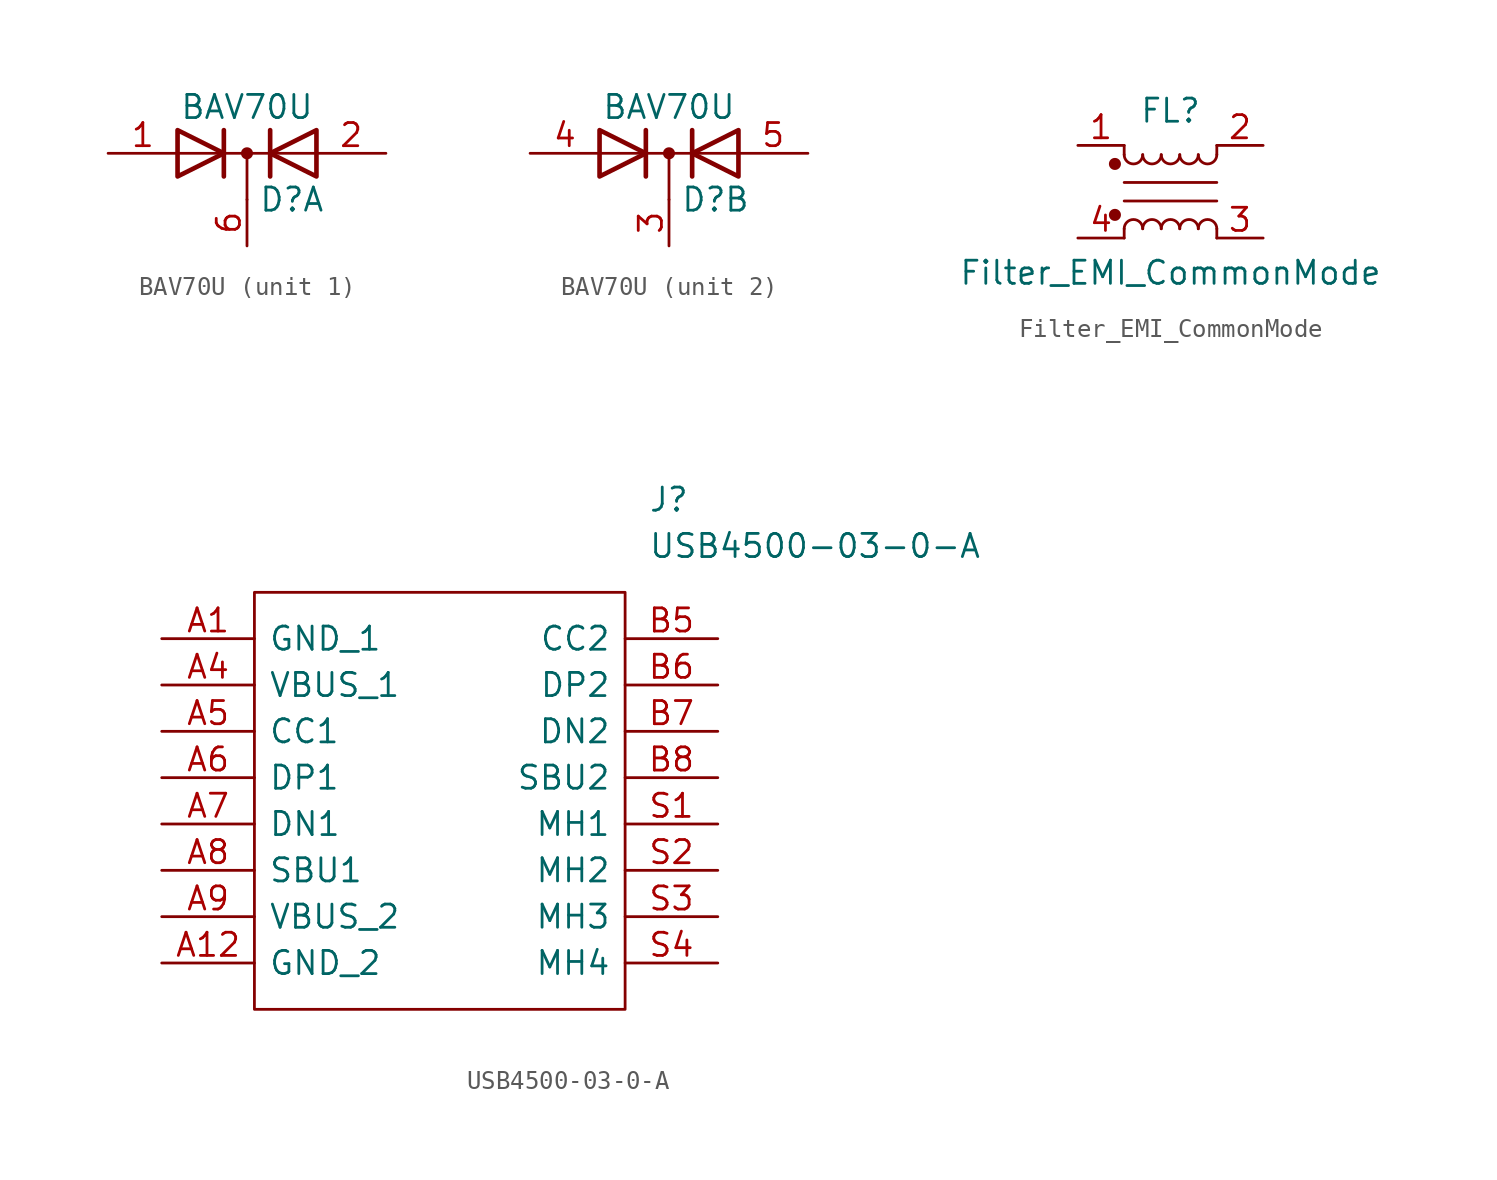
<source format=kicad_sym>
(kicad_symbol_lib
  (version 20231120)
  (generator "kicad_symbol_editor")
  (generator_version "8.0")
  (symbol "BAV70U"
    (pin_names
      (offset 0.762) hide)
    (property "Reference" "D"
      (at 0.635 -2.54 0)
      (effects (font (size 1.27 1.27)) (justify left)))
    (property "Value" "BAV70U"
      (at 0 2.54 0)
      (effects (font (size 1.27 1.27))))
    (symbol "BAV70U_0_1"
      (polyline (pts (xy -3.81 0) (xy 3.81 0)) (stroke (width 0) (type default)) (fill (type none)))
      (polyline (pts (xy 0 0) (xy 0 -2.54)) (stroke (width 0) (type default)) (fill (type none)))
      (polyline (pts (xy -1.27 -1.27) (xy -1.27 1.27) (xy -1.27 1.27)) (stroke (width 0.254) (type default)) (fill (type none)))
      (polyline (pts (xy 1.27 -1.27) (xy 1.27 1.27) (xy 1.27 1.27)) (stroke (width 0.254) (type default)) (fill (type none)))
      (polyline (pts (xy -3.81 1.27) (xy -1.27 0) (xy -3.81 -1.27) (xy -3.81 1.27) (xy -3.81 1.27) (xy -3.81 1.27)) (stroke (width 0.254) (type default)) (fill (type none)))
      (polyline (pts (xy 3.81 -1.27) (xy 1.27 0) (xy 3.81 1.27) (xy 3.81 -1.27) (xy 3.81 -1.27) (xy 3.81 -1.27)) (stroke (width 0.254) (type default)) (fill (type none)))
      (circle (center 0 0) (radius 0.254) (stroke (width 0) (type default)) (fill (type outline))))
    (symbol "BAV70U_1_1"
      (pin passive line (at -7.62 0 0) (length 3.81) (name "A" (effects (font (size 1.27 1.27)))) (number "1" (effects (font (size 1.27 1.27)))))
      (pin passive line (at 7.62 0 180) (length 3.81) (name "A" (effects (font (size 1.27 1.27)))) (number "2" (effects (font (size 1.27 1.27)))))
      (pin passive line (at 0 -5.08 90) (length 2.54) (name "K" (effects (font (size 1.27 1.27)))) (number "6" (effects (font (size 1.27 1.27))))))
    (symbol "BAV70U_2_1"
      (pin passive line (at 0 -5.08 90) (length 2.54) (name "K" (effects (font (size 1.27 1.27)))) (number "3" (effects (font (size 1.27 1.27)))))
      (pin passive line (at -7.62 0 0) (length 3.81) (name "A" (effects (font (size 1.27 1.27)))) (number "4" (effects (font (size 1.27 1.27)))))
      (pin passive line (at 7.62 0 180) (length 3.81) (name "A" (effects (font (size 1.27 1.27)))) (number "5" (effects (font (size 1.27 1.27)))))))
  (symbol "Filter_EMI_CommonMode"
    (pin_names
      (offset 0.254) hide)
    (property "Reference" "FL"
      (at 0 4.445 0)
      (effects (font (size 1.27 1.27))))
    (property "Value" "Filter_EMI_CommonMode"
      (at 0 -4.445 0)
      (effects (font (size 1.27 1.27))))
    (symbol "Filter_EMI_CommonMode_0_1"
      (circle (center -3.048 -1.27) (radius 0.254) (stroke (width 0) (type default)) (fill (type outline)))
      (circle (center -3.048 1.524) (radius 0.254) (stroke (width 0) (type default)) (fill (type outline)))
      (arc (start -2.54 2.032) (mid -2.032 1.5262) (end -1.524 2.032) (stroke (width 0) (type default)) (fill (type none)))
      (arc (start -1.524 -2.032) (mid -2.032 -1.5262) (end -2.54 -2.032) (stroke (width 0) (type default)) (fill (type none)))
      (arc (start -1.524 2.032) (mid -1.016 1.5262) (end -0.508 2.032) (stroke (width 0) (type default)) (fill (type none)))
      (arc (start -0.508 -2.032) (mid -1.016 -1.5262) (end -1.524 -2.032) (stroke (width 0) (type default)) (fill (type none)))
      (arc (start -0.508 2.032) (mid 0 1.5262) (end 0.508 2.032) (stroke (width 0) (type default)) (fill (type none)))
      (polyline (pts (xy -2.54 -2.032) (xy -2.54 -2.54)) (stroke (width 0) (type default)) (fill (type none)))
      (polyline (pts (xy -2.54 0.508) (xy 2.54 0.508)) (stroke (width 0) (type default)) (fill (type none)))
      (polyline (pts (xy -2.54 2.032) (xy -2.54 2.54)) (stroke (width 0) (type default)) (fill (type none)))
      (polyline (pts (xy 2.54 -2.032) (xy 2.54 -2.54)) (stroke (width 0) (type default)) (fill (type none)))
      (polyline (pts (xy 2.54 -0.508) (xy -2.54 -0.508)) (stroke (width 0) (type default)) (fill (type none)))
      (polyline (pts (xy 2.54 2.54) (xy 2.54 2.032)) (stroke (width 0) (type default)) (fill (type none)))
      (arc (start 0.508 -2.032) (mid 0 -1.5262) (end -0.508 -2.032) (stroke (width 0) (type default)) (fill (type none)))
      (arc (start 0.508 2.032) (mid 1.016 1.5262) (end 1.524 2.032) (stroke (width 0) (type default)) (fill (type none)))
      (arc (start 1.524 -2.032) (mid 1.016 -1.5262) (end 0.508 -2.032) (stroke (width 0) (type default)) (fill (type none)))
      (arc (start 1.524 2.032) (mid 2.032 1.5262) (end 2.54 2.032) (stroke (width 0) (type default)) (fill (type none)))
      (arc (start 2.54 -2.032) (mid 2.032 -1.5262) (end 1.524 -2.032) (stroke (width 0) (type default)) (fill (type none))))
    (symbol "Filter_EMI_CommonMode_1_1"
      (pin passive line (at -5.08 2.54 0) (length 2.54) (name "1" (effects (font (size 1.27 1.27)))) (number "1" (effects (font (size 1.27 1.27)))))
      (pin passive line (at 5.08 2.54 180) (length 2.54) (name "2" (effects (font (size 1.27 1.27)))) (number "2" (effects (font (size 1.27 1.27)))))
      (pin passive line (at 5.08 -2.54 180) (length 2.54) (name "3" (effects (font (size 1.27 1.27)))) (number "3" (effects (font (size 1.27 1.27)))))
      (pin passive line (at -5.08 -2.54 0) (length 2.54) (name "4" (effects (font (size 1.27 1.27)))) (number "4" (effects (font (size 1.27 1.27)))))))
  (symbol "USB4500-03-0-A"
    (pin_names
      (offset 0.762))
    (property "Reference" "J"
      (at 26.67 7.62 0)
      (effects (font (size 1.27 1.27)) (justify left)))
    (property "Value" "USB4500-03-0-A"
      (at 26.67 5.08 0)
      (effects (font (size 1.27 1.27)) (justify left)))
    (symbol "USB4500-03-0-A_0_0"
      (pin passive line (at 0 0 0) (length 5.08) (name "GND_1" (effects (font (size 1.27 1.27)))) (number "A1" (effects (font (size 1.27 1.27)))))
      (pin passive line (at 0 -17.78 0) (length 5.08) (name "GND_2" (effects (font (size 1.27 1.27)))) (number "A12" (effects (font (size 1.27 1.27)))))
      (pin passive line (at 0 -2.54 0) (length 5.08) (name "VBUS_1" (effects (font (size 1.27 1.27)))) (number "A4" (effects (font (size 1.27 1.27)))))
      (pin passive line (at 0 -5.08 0) (length 5.08) (name "CC1" (effects (font (size 1.27 1.27)))) (number "A5" (effects (font (size 1.27 1.27)))))
      (pin passive line (at 0 -7.62 0) (length 5.08) (name "DP1" (effects (font (size 1.27 1.27)))) (number "A6" (effects (font (size 1.27 1.27)))))
      (pin passive line (at 0 -10.16 0) (length 5.08) (name "DN1" (effects (font (size 1.27 1.27)))) (number "A7" (effects (font (size 1.27 1.27)))))
      (pin passive line (at 0 -12.7 0) (length 5.08) (name "SBU1" (effects (font (size 1.27 1.27)))) (number "A8" (effects (font (size 1.27 1.27)))))
      (pin passive line (at 0 -15.24 0) (length 5.08) (name "VBUS_2" (effects (font (size 1.27 1.27)))) (number "A9" (effects (font (size 1.27 1.27)))))
      (pin passive line (at 30.48 0 180) (length 5.08) (name "CC2" (effects (font (size 1.27 1.27)))) (number "B5" (effects (font (size 1.27 1.27)))))
      (pin passive line (at 30.48 -2.54 180) (length 5.08) (name "DP2" (effects (font (size 1.27 1.27)))) (number "B6" (effects (font (size 1.27 1.27)))))
      (pin passive line (at 30.48 -5.08 180) (length 5.08) (name "DN2" (effects (font (size 1.27 1.27)))) (number "B7" (effects (font (size 1.27 1.27)))))
      (pin passive line (at 30.48 -7.62 180) (length 5.08) (name "SBU2" (effects (font (size 1.27 1.27)))) (number "B8" (effects (font (size 1.27 1.27))))))
    (symbol "USB4500-03-0-A_0_1"
      (polyline (pts (xy 5.08 2.54) (xy 25.4 2.54) (xy 25.4 -20.32) (xy 5.08 -20.32) (xy 5.08 2.54)) (stroke (width 0.152) (type default)) (fill (type none))))
    (symbol "USB4500-03-0-A_1_0"
      (pin passive line (at 30.48 -10.16 180) (length 5.08) (name "MH1" (effects (font (size 1.27 1.27)))) (number "S1" (effects (font (size 1.27 1.27)))))
      (pin passive line (at 30.48 -12.7 180) (length 5.08) (name "MH2" (effects (font (size 1.27 1.27)))) (number "S2" (effects (font (size 1.27 1.27)))))
      (pin passive line (at 30.48 -15.24 180) (length 5.08) (name "MH3" (effects (font (size 1.27 1.27)))) (number "S3" (effects (font (size 1.27 1.27)))))
      (pin passive line (at 30.48 -17.78 180) (length 5.08) (name "MH4" (effects (font (size 1.27 1.27)))) (number "S4" (effects (font (size 1.27 1.27))))))))
</source>
